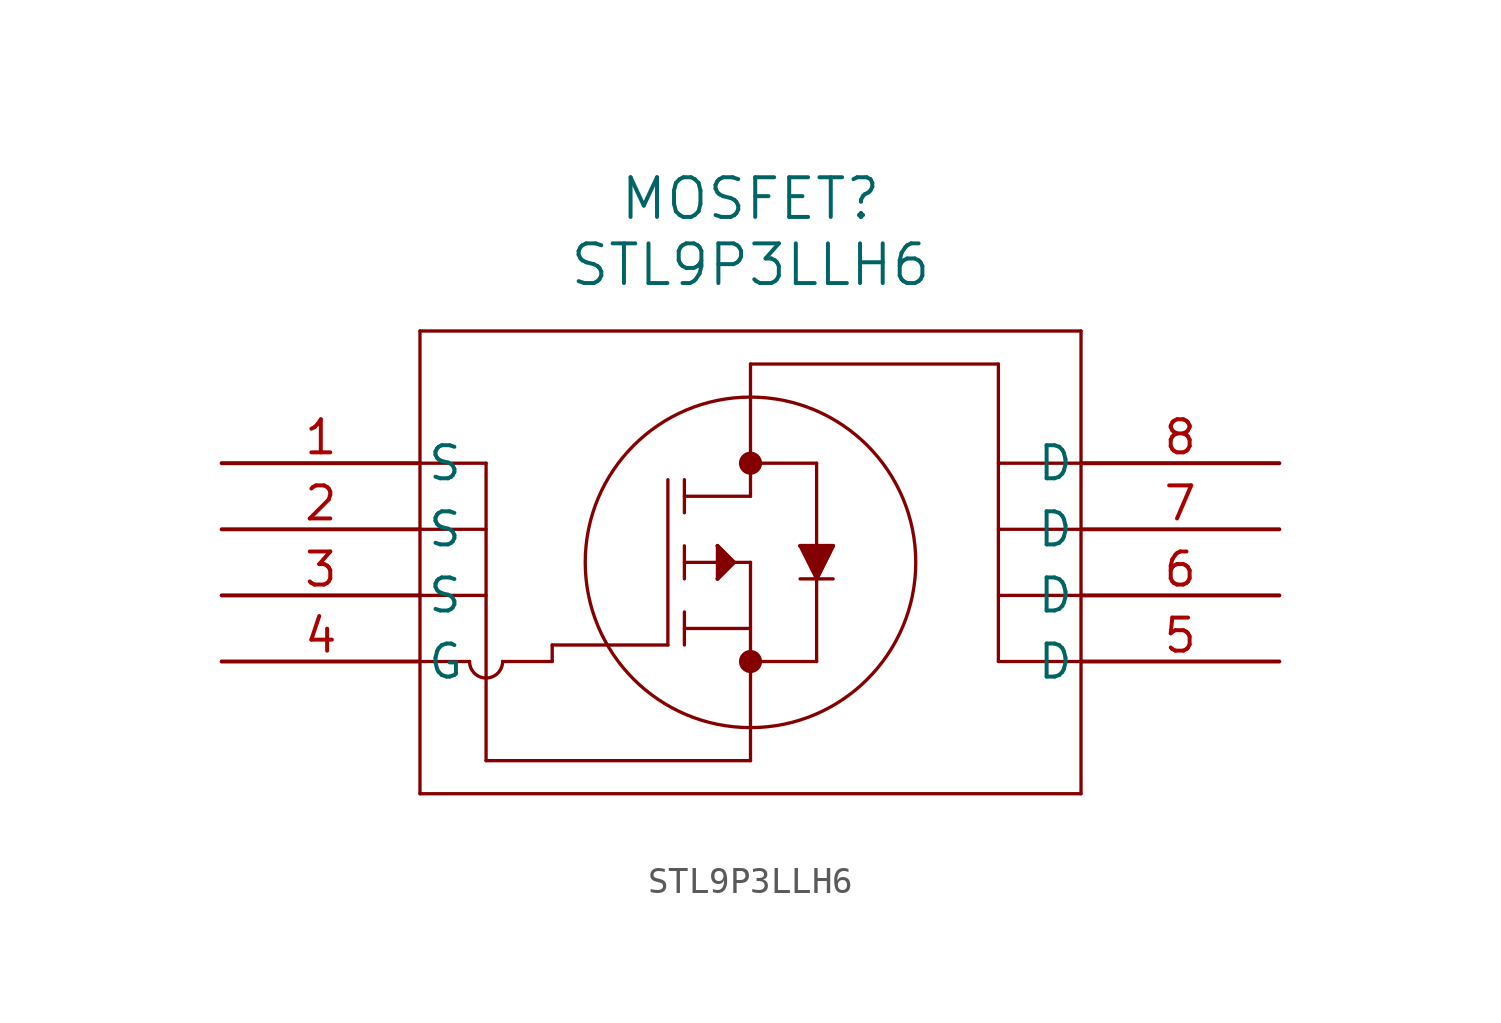
<source format=kicad_sym>
(kicad_symbol_lib
  (version 20211014)
  (generator kicad_symbol_editor)
  (symbol "STL9P3LLH6"
    (pin_names
      (offset 0.254))
    (property "Reference" "MOSFET"
      (at 20.32 10.16 0)
      (effects (font (size 1.524 1.524))))
    (property "Value" "STL9P3LLH6"
      (at 20.32 7.62 0)
      (effects (font (size 1.524 1.524))))
    (symbol "STL9P3LLH6_0_1"
      (polyline (pts (xy 7.62 -12.7) (xy 33.02 -12.7)) (stroke (width 0.127) (type default) (color 0 0 0 0)) (fill (type none)))
      (polyline (pts (xy 7.62 5.08) (xy 7.62 -12.7)) (stroke (width 0.127) (type default) (color 0 0 0 0)) (fill (type none)))
      (polyline (pts (xy 33.02 -12.7) (xy 33.02 5.08)) (stroke (width 0.127) (type default) (color 0 0 0 0)) (fill (type none)))
      (circle (center 20.32 -3.81) (radius 6.35) (stroke (width 0.127) (type default) (color 0 0 0 0)) (fill (type none)))
      (polyline (pts (xy 33.02 5.08) (xy 7.62 5.08)) (stroke (width 0.127) (type default) (color 0 0 0 0)) (fill (type none)))
      (polyline (pts (xy 7.62 0) (xy 10.16 0)) (stroke (width 0.127) (type default) (color 0 0 0 0)) (fill (type none)))
      (polyline (pts (xy 10.16 0) (xy 10.16 -11.43)) (stroke (width 0.127) (type default) (color 0 0 0 0)) (fill (type none)))
      (polyline (pts (xy 10.16 -11.43) (xy 20.32 -11.43)) (stroke (width 0.127) (type default) (color 0 0 0 0)) (fill (type none)))
      (polyline (pts (xy 20.32 -11.43) (xy 20.32 -3.81)) (stroke (width 0.127) (type default) (color 0 0 0 0)) (fill (type none)))
      (polyline (pts (xy 20.32 -3.81) (xy 17.78 -3.81)) (stroke (width 0.127) (type default) (color 0 0 0 0)) (fill (type none)))
      (polyline (pts (xy 17.78 -1.27) (xy 20.32 -1.27)) (stroke (width 0.127) (type default) (color 0 0 0 0)) (fill (type none)))
      (polyline (pts (xy 17.78 -6.35) (xy 20.32 -6.35)) (stroke (width 0.127) (type default) (color 0 0 0 0)) (fill (type none)))
      (polyline (pts (xy 20.32 -7.62) (xy 22.86 -7.62)) (stroke (width 0.127) (type default) (color 0 0 0 0)) (fill (type none)))
      (polyline (pts (xy 22.86 -7.62) (xy 22.86 0)) (stroke (width 0.127) (type default) (color 0 0 0 0)) (fill (type none)))
      (polyline (pts (xy 20.32 -1.27) (xy 20.32 3.81)) (stroke (width 0.127) (type default) (color 0 0 0 0)) (fill (type none)))
      (polyline (pts (xy 20.32 0) (xy 22.86 0)) (stroke (width 0.127) (type default) (color 0 0 0 0)) (fill (type none)))
      (polyline (pts (xy 17.78 -0.635) (xy 17.78 -1.905)) (stroke (width 0.127) (type default) (color 0 0 0 0)) (fill (type none)))
      (polyline (pts (xy 17.78 -3.175) (xy 17.78 -4.445)) (stroke (width 0.127) (type default) (color 0 0 0 0)) (fill (type none)))
      (polyline (pts (xy 17.78 -5.715) (xy 17.78 -6.985)) (stroke (width 0.127) (type default) (color 0 0 0 0)) (fill (type none)))
      (polyline (pts (xy 17.145 -6.985) (xy 17.145 -0.635)) (stroke (width 0.127) (type default) (color 0 0 0 0)) (fill (type none)))
      (polyline (pts (xy 17.145 -6.985) (xy 12.7 -6.985)) (stroke (width 0.127) (type default) (color 0 0 0 0)) (fill (type none)))
      (polyline (pts (xy 7.62 -7.62) (xy 9.525 -7.62)) (stroke (width 0.127) (type default) (color 0 0 0 0)) (fill (type none)))
      (polyline (pts (xy 10.795 -7.62) (xy 12.7 -7.62)) (stroke (width 0.127) (type default) (color 0 0 0 0)) (fill (type none)))
      (polyline (pts (xy 12.7 -7.62) (xy 12.7 -6.985)) (stroke (width 0.127) (type default) (color 0 0 0 0)) (fill (type none)))
      (polyline (pts (xy 23.495 -3.175) (xy 22.86 -4.445)) (stroke (width 0.127) (type default) (color 0 0 0 0)) (fill (type none)))
      (polyline (pts (xy 22.86 -4.445) (xy 22.225 -3.175)) (stroke (width 0.127) (type default) (color 0 0 0 0)) (fill (type none)))
      (polyline (pts (xy 23.495 -3.175) (xy 22.225 -3.175)) (stroke (width 0.127) (type default) (color 0 0 0 0)) (fill (type none)))
      (polyline (pts (xy 23.495 -4.445) (xy 22.225 -4.445)) (stroke (width 0.127) (type default) (color 0 0 0 0)) (fill (type none)))
      (polyline (pts (xy 19.685 -3.81) (xy 19.05 -3.175)) (stroke (width 0.127) (type default) (color 0 0 0 0)) (fill (type none)))
      (polyline (pts (xy 19.685 -3.81) (xy 19.05 -4.445)) (stroke (width 0.127) (type default) (color 0 0 0 0)) (fill (type none)))
      (polyline (pts (xy 19.05 -3.175) (xy 19.05 -4.445)) (stroke (width 0.127) (type default) (color 0 0 0 0)) (fill (type none)))
      (polyline (pts (xy 22.225 -3.175) (xy 23.495 -3.175) (xy 22.86 -4.445)) (stroke (width 0) (type default) (color 0 0 0 0)) (fill (type outline)))
      (polyline (pts (xy 19.05 -3.175) (xy 19.685 -3.81) (xy 19.05 -4.445)) (stroke (width 0) (type default) (color 0 0 0 0)) (fill (type outline)))
      (arc (start 9.525 -7.62) (mid 10.16 -8.255) (end 10.795 -7.62) (stroke (width 0.127) (type default) (color 0 0 0 0)) (fill (type none)))
      (polyline (pts (xy 33.02 -7.62) (xy 29.845 -7.62)) (stroke (width 0.127) (type default) (color 0 0 0 0)) (fill (type none)))
      (polyline (pts (xy 29.845 -7.62) (xy 29.845 3.81)) (stroke (width 0.127) (type default) (color 0 0 0 0)) (fill (type none)))
      (polyline (pts (xy 20.32 3.81) (xy 29.845 3.81)) (stroke (width 0.127) (type default) (color 0 0 0 0)) (fill (type none)))
      (polyline (pts (xy 29.845 0) (xy 33.02 0)) (stroke (width 0.127) (type default) (color 0 0 0 0)) (fill (type none)))
      (polyline (pts (xy 29.845 -2.54) (xy 33.02 -2.54)) (stroke (width 0.127) (type default) (color 0 0 0 0)) (fill (type none)))
      (polyline (pts (xy 29.845 -5.08) (xy 33.02 -5.08)) (stroke (width 0.127) (type default) (color 0 0 0 0)) (fill (type none)))
      (polyline (pts (xy 7.62 -2.54) (xy 10.16 -2.54)) (stroke (width 0.127) (type default) (color 0 0 0 0)) (fill (type none)))
      (polyline (pts (xy 7.62 -5.08) (xy 10.16 -5.08)) (stroke (width 0.127) (type default) (color 0 0 0 0)) (fill (type none)))
      (circle (center 20.32 0) (radius 0.254) (stroke (width 0.381) (type default) (color 0 0 0 0)) (fill (type none)))
      (circle (center 20.32 -7.62) (radius 0.254) (stroke (width 0.381) (type default) (color 0 0 0 0)) (fill (type none)))
      (pin unspecified line (at 0 0 0) (length 7.62) (name "S" (effects (font (size 1.27 1.27)))) (number "1" (effects (font (size 1.27 1.27)))))
      (pin unspecified line (at 0 -2.54 0) (length 7.62) (name "S" (effects (font (size 1.27 1.27)))) (number "2" (effects (font (size 1.27 1.27)))))
      (pin unspecified line (at 0 -5.08 0) (length 7.62) (name "S" (effects (font (size 1.27 1.27)))) (number "3" (effects (font (size 1.27 1.27)))))
      (pin unspecified line (at 0 -7.62 0) (length 7.62) (name "G" (effects (font (size 1.27 1.27)))) (number "4" (effects (font (size 1.27 1.27)))))
      (pin unspecified line (at 40.64 -7.62 180) (length 7.62) (name "D" (effects (font (size 1.27 1.27)))) (number "5" (effects (font (size 1.27 1.27)))))
      (pin unspecified line (at 40.64 -5.08 180) (length 7.62) (name "D" (effects (font (size 1.27 1.27)))) (number "6" (effects (font (size 1.27 1.27)))))
      (pin unspecified line (at 40.64 -2.54 180) (length 7.62) (name "D" (effects (font (size 1.27 1.27)))) (number "7" (effects (font (size 1.27 1.27)))))
      (pin unspecified line (at 40.64 0 180) (length 7.62) (name "D" (effects (font (size 1.27 1.27)))) (number "8" (effects (font (size 1.27 1.27))))))))
</source>
